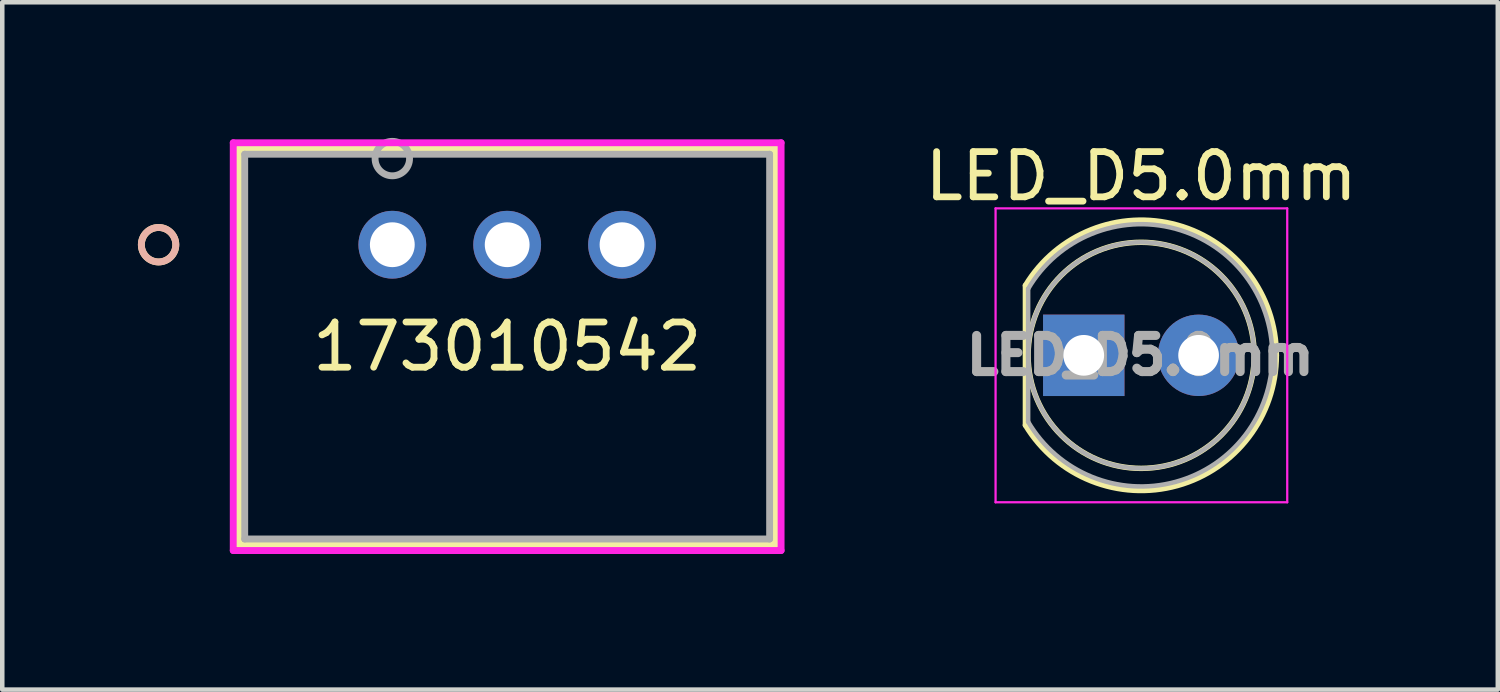
<source format=kicad_pcb>
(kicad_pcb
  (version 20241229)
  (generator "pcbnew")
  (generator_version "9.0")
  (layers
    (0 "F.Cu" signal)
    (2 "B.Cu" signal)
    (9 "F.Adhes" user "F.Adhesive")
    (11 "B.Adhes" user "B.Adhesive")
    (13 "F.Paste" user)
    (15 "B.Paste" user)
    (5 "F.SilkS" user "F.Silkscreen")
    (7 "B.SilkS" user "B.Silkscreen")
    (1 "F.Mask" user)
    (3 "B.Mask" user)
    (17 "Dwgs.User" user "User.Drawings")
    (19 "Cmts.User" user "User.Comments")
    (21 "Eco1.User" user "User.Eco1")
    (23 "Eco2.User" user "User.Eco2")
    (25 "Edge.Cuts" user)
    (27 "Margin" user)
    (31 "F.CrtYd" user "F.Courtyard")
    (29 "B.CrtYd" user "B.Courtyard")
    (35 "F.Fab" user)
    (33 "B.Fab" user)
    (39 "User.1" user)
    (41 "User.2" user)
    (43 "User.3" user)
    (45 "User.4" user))
  (footprint "LED_D5.0mm"
    (layer "F.Cu")
    (at 20.917 4.808)
    (property "Reference" "LED_D5.0mm" (at 1.27 -3.96 0) (layer "F.SilkS") (effects (font (size 1 1) (thickness 0.15))))
    (attr through_hole)
    (fp_line (start -1.29 -1.545) (end -1.29 1.545) (stroke (width 0.12) (type solid)) (layer "F.SilkS"))
    (fp_arc (start -1.29 -1.54483) (mid 2.072002 -2.880433) (end 4.26 0.000462) (stroke (width 0.12) (type solid)) (layer "F.SilkS"))
    (fp_arc (start 4.26 -0.000462) (mid 2.072002 2.880433) (end -1.29 1.54483) (stroke (width 0.12) (type solid)) (layer "F.SilkS"))
    (fp_circle (center 1.27 0) (end 3.77 0) (stroke (width 0.12) (type solid)) (fill no) (layer "F.SilkS"))
    (fp_line (start -1.95 -3.25) (end -1.95 3.25) (stroke (width 0.05) (type solid)) (layer "F.CrtYd"))
    (fp_line (start -1.95 3.25) (end 4.5 3.25) (stroke (width 0.05) (type solid)) (layer "F.CrtYd"))
    (fp_line (start 4.5 -3.25) (end -1.95 -3.25) (stroke (width 0.05) (type solid)) (layer "F.CrtYd"))
    (fp_line (start 4.5 3.25) (end 4.5 -3.25) (stroke (width 0.05) (type solid)) (layer "F.CrtYd"))
    (fp_line (start -1.23 -1.47) (end -1.23 1.47) (stroke (width 0.1) (type solid)) (layer "F.Fab"))
    (fp_arc (start -1.23 -1.469694) (mid 4.17 0.000016) (end -1.230016 1.469666) (stroke (width 0.1) (type solid)) (layer "F.Fab"))
    (fp_circle (center 1.27 0) (end 3.77 0) (stroke (width 0.1) (type solid)) (fill no) (layer "F.Fab"))
    (fp_text user "${REFERENCE}" (at 1.25 0 0) (layer "F.Fab") (effects (font (size 0.8 0.8) (thickness 0.2))))
    (pad "1" thru_hole rect (at 0 0) (size 1.8 1.8) (drill 0.9) (layers "*.Cu" "*.Mask"))
    (pad "2" thru_hole circle (at 2.54 0) (size 1.8 1.8) (drill 0.9) (layers "*.Cu" "*.Mask")))
  (footprint "173010542"
    (layer "F.Cu")
    (at 5.626 2.362)
    (property "Reference" "173010542" (at 2.54 2.254 0) (layer "F.SilkS") (effects (font (size 1 1) (thickness 0.15))))
    (attr through_hole)
    (fp_line (start -3.391 -2.127) (end -3.391 6.636) (stroke (width 0.152) (type solid)) (layer "F.SilkS"))
    (fp_line (start -3.391 6.636) (end 8.471 6.636) (stroke (width 0.152) (type solid)) (layer "F.SilkS"))
    (fp_line (start 8.471 -2.127) (end -3.391 -2.127) (stroke (width 0.152) (type solid)) (layer "F.SilkS"))
    (fp_line (start 8.471 6.636) (end 8.471 -2.127) (stroke (width 0.152) (type solid)) (layer "F.SilkS"))
    (fp_circle (center -5.169 0) (end -4.788 0) (stroke (width 0.152) (type solid)) (fill no) (layer "F.SilkS"))
    (fp_circle (center -5.169 0) (end -4.788 0) (stroke (width 0.152) (type solid)) (fill no) (layer "B.SilkS"))
    (fp_line (start -3.518 -2.255) (end -3.518 6.763) (stroke (width 0.152) (type solid)) (layer "F.CrtYd"))
    (fp_line (start -3.518 6.763) (end 8.598 6.763) (stroke (width 0.152) (type solid)) (layer "F.CrtYd"))
    (fp_line (start 8.598 -2.255) (end -3.518 -2.255) (stroke (width 0.152) (type solid)) (layer "F.CrtYd"))
    (fp_line (start 8.598 6.763) (end 8.598 -2.255) (stroke (width 0.152) (type solid)) (layer "F.CrtYd"))
    (fp_line (start -3.264 -2.001) (end -3.264 6.508) (stroke (width 0.152) (type solid)) (layer "F.Fab"))
    (fp_line (start -3.264 6.508) (end 8.344 6.508) (stroke (width 0.152) (type solid)) (layer "F.Fab"))
    (fp_line (start 8.344 -2.001) (end -3.264 -2.001) (stroke (width 0.152) (type solid)) (layer "F.Fab"))
    (fp_line (start 8.344 6.508) (end 8.344 -2.001) (stroke (width 0.152) (type solid)) (layer "F.Fab"))
    (fp_circle (center 0 -1.905) (end 0.381 -1.905) (stroke (width 0.152) (type solid)) (fill no) (layer "F.Fab"))
    (pad "1" thru_hole circle (at 5.08 0) (size 1.499 1.499) (drill 0.991) (layers "*.Cu" "*.Mask"))
    (pad "2" thru_hole circle (at 2.54 0) (size 1.499 1.499) (drill 0.991) (layers "*.Cu" "*.Mask"))
    (pad "3" thru_hole circle (at 0 0) (size 1.499 1.499) (drill 0.991) (layers "*.Cu" "*.Mask")))
  (gr_rect
    (start -3 -3)
    (end 30.074 12.201)
    (stroke (width 0.1) (type default))
    (fill no)
    (layer "Edge.Cuts")))
</source>
